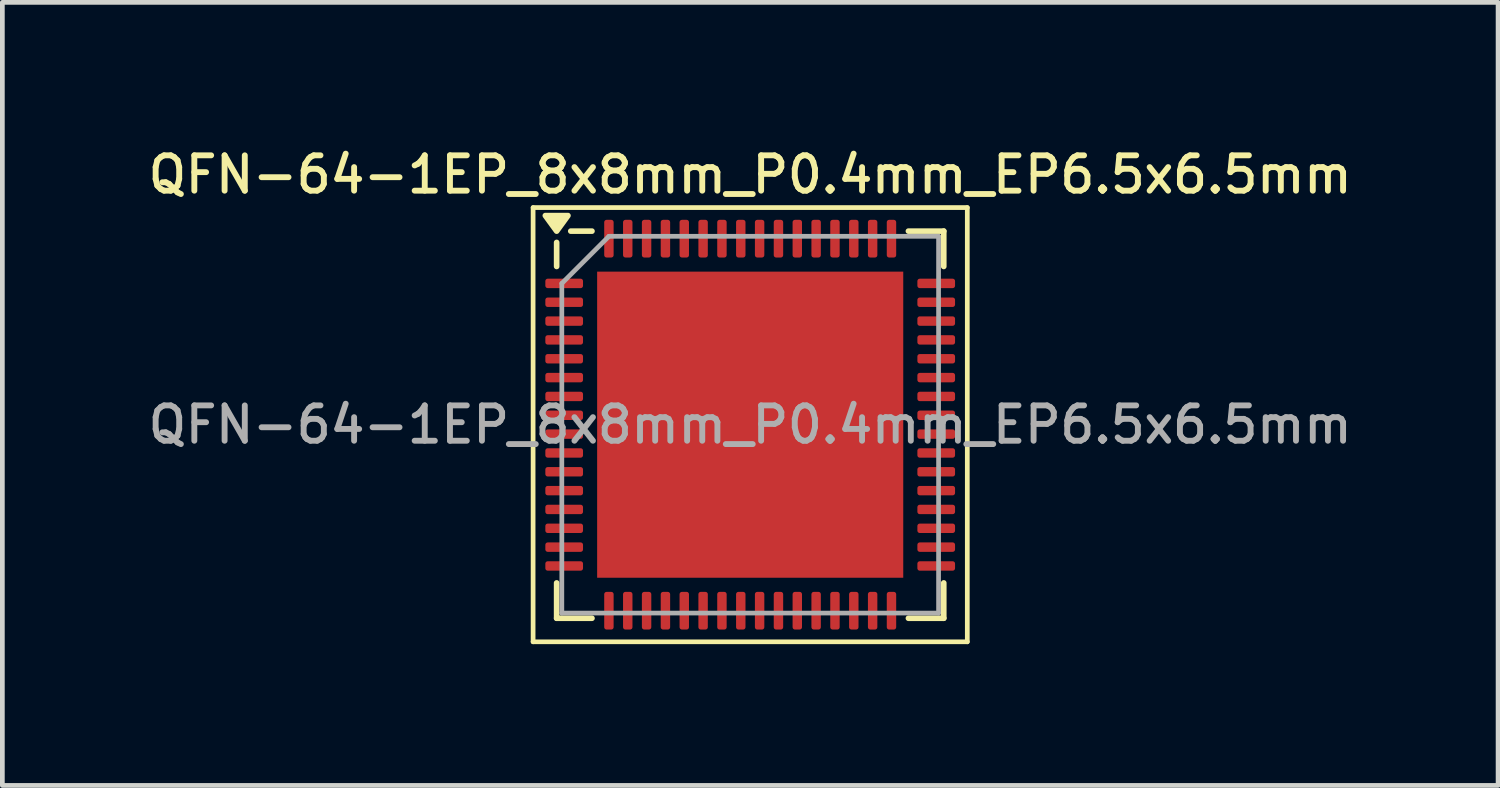
<source format=kicad_pcb>
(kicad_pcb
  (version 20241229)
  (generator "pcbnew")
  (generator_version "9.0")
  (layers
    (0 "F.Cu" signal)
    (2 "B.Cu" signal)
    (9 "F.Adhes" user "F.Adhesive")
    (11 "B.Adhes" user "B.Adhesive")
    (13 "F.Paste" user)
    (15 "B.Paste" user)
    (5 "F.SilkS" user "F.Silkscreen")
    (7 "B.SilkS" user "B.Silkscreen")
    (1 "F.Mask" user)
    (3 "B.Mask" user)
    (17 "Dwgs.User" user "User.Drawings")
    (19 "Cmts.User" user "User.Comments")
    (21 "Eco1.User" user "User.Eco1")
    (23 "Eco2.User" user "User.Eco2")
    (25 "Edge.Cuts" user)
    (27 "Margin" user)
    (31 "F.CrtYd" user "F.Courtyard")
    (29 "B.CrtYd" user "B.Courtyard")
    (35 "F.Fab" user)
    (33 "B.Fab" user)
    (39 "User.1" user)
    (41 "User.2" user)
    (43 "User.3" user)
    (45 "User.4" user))
  (footprint "QFN-64-1EP_8x8mm_P0.4mm_EP6.5x6.5mm"
    (layer "F.Cu")
    (at 12.88 5.968)
    (property "Reference" "QFN-64-1EP_8x8mm_P0.4mm_EP6.5x6.5mm" (at 0 -5.31 0) (layer "F.SilkS") (effects (font (size 0.75 0.75) (thickness 0.125))))
    (attr smd)
    (fp_line (start -4.61 -4.61) (end -4.61 4.61) (stroke (width 0.1) (type solid)) (layer "F.SilkS"))
    (fp_line (start -4.61 4.61) (end 4.61 4.61) (stroke (width 0.1) (type solid)) (layer "F.SilkS"))
    (fp_line (start -4.11 -3.36) (end -4.11 -3.87) (stroke (width 0.12) (type solid)) (layer "F.SilkS"))
    (fp_line (start -4.11 4.11) (end -4.11 3.36) (stroke (width 0.12) (type solid)) (layer "F.SilkS"))
    (fp_line (start -3.36 -4.11) (end -3.81 -4.11) (stroke (width 0.12) (type solid)) (layer "F.SilkS"))
    (fp_line (start -3.36 4.11) (end -4.11 4.11) (stroke (width 0.12) (type solid)) (layer "F.SilkS"))
    (fp_line (start 3.36 -4.11) (end 4.11 -4.11) (stroke (width 0.12) (type solid)) (layer "F.SilkS"))
    (fp_line (start 3.36 4.11) (end 4.11 4.11) (stroke (width 0.12) (type solid)) (layer "F.SilkS"))
    (fp_line (start 4.11 -4.11) (end 4.11 -3.36) (stroke (width 0.12) (type solid)) (layer "F.SilkS"))
    (fp_line (start 4.11 4.11) (end 4.11 3.36) (stroke (width 0.12) (type solid)) (layer "F.SilkS"))
    (fp_line (start 4.61 -4.61) (end -4.61 -4.61) (stroke (width 0.1) (type solid)) (layer "F.SilkS"))
    (fp_line (start 4.61 4.61) (end 4.61 -4.61) (stroke (width 0.1) (type solid)) (layer "F.SilkS"))
    (fp_poly (pts (xy -4.11 -4.11) (xy -4.35 -4.44) (xy -3.87 -4.44) (xy -4.11 -4.11)) (stroke (width 0.12) (type solid)) (fill yes) (layer "F.SilkS"))
    (fp_line (start -4 -3) (end -3 -4) (stroke (width 0.1) (type solid)) (layer "F.Fab"))
    (fp_line (start -4 4) (end -4 -3) (stroke (width 0.1) (type solid)) (layer "F.Fab"))
    (fp_line (start -3 -4) (end 4 -4) (stroke (width 0.1) (type solid)) (layer "F.Fab"))
    (fp_line (start 4 -4) (end 4 4) (stroke (width 0.1) (type solid)) (layer "F.Fab"))
    (fp_line (start 4 4) (end -4 4) (stroke (width 0.1) (type solid)) (layer "F.Fab"))
    (fp_text user "${REFERENCE}" (at 0 0 0) (layer "F.Fab") (effects (font (size 0.75 0.75) (thickness 0.125))))
    (pad "" smd roundrect (at -2.6 -2.6) (size 1.05 1.05) (layers "F.Paste") (roundrect_rratio 0.238))
    (pad "" smd roundrect (at -2.6 -1.3) (size 1.05 1.05) (layers "F.Paste") (roundrect_rratio 0.238))
    (pad "" smd roundrect (at -2.6 0) (size 1.05 1.05) (layers "F.Paste") (roundrect_rratio 0.238))
    (pad "" smd roundrect (at -2.6 1.3) (size 1.05 1.05) (layers "F.Paste") (roundrect_rratio 0.238))
    (pad "" smd roundrect (at -2.6 2.6) (size 1.05 1.05) (layers "F.Paste") (roundrect_rratio 0.238))
    (pad "" smd roundrect (at -1.3 -2.6) (size 1.05 1.05) (layers "F.Paste") (roundrect_rratio 0.238))
    (pad "" smd roundrect (at -1.3 -1.3) (size 1.05 1.05) (layers "F.Paste") (roundrect_rratio 0.238))
    (pad "" smd roundrect (at -1.3 0) (size 1.05 1.05) (layers "F.Paste") (roundrect_rratio 0.238))
    (pad "" smd roundrect (at -1.3 1.3) (size 1.05 1.05) (layers "F.Paste") (roundrect_rratio 0.238))
    (pad "" smd roundrect (at -1.3 2.6) (size 1.05 1.05) (layers "F.Paste") (roundrect_rratio 0.238))
    (pad "" smd roundrect (at 0 -2.6) (size 1.05 1.05) (layers "F.Paste") (roundrect_rratio 0.238))
    (pad "" smd roundrect (at 0 -1.3) (size 1.05 1.05) (layers "F.Paste") (roundrect_rratio 0.238))
    (pad "" smd roundrect (at 0 0) (size 1.05 1.05) (layers "F.Paste") (roundrect_rratio 0.238))
    (pad "" smd roundrect (at 0 1.3) (size 1.05 1.05) (layers "F.Paste") (roundrect_rratio 0.238))
    (pad "" smd roundrect (at 0 2.6) (size 1.05 1.05) (layers "F.Paste") (roundrect_rratio 0.238))
    (pad "" smd roundrect (at 1.3 -2.6) (size 1.05 1.05) (layers "F.Paste") (roundrect_rratio 0.238))
    (pad "" smd roundrect (at 1.3 -1.3) (size 1.05 1.05) (layers "F.Paste") (roundrect_rratio 0.238))
    (pad "" smd roundrect (at 1.3 0) (size 1.05 1.05) (layers "F.Paste") (roundrect_rratio 0.238))
    (pad "" smd roundrect (at 1.3 1.3) (size 1.05 1.05) (layers "F.Paste") (roundrect_rratio 0.238))
    (pad "" smd roundrect (at 1.3 2.6) (size 1.05 1.05) (layers "F.Paste") (roundrect_rratio 0.238))
    (pad "" smd roundrect (at 2.6 -2.6) (size 1.05 1.05) (layers "F.Paste") (roundrect_rratio 0.238))
    (pad "" smd roundrect (at 2.6 -1.3) (size 1.05 1.05) (layers "F.Paste") (roundrect_rratio 0.238))
    (pad "" smd roundrect (at 2.6 0) (size 1.05 1.05) (layers "F.Paste") (roundrect_rratio 0.238))
    (pad "" smd roundrect (at 2.6 1.3) (size 1.05 1.05) (layers "F.Paste") (roundrect_rratio 0.238))
    (pad "" smd roundrect (at 2.6 2.6) (size 1.05 1.05) (layers "F.Paste") (roundrect_rratio 0.238))
    (pad "1" smd roundrect (at -3.95 -3) (size 0.8 0.2) (layers "F.Cu" "F.Mask" "F.Paste") (roundrect_rratio 0.25))
    (pad "2" smd roundrect (at -3.95 -2.6) (size 0.8 0.2) (layers "F.Cu" "F.Mask" "F.Paste") (roundrect_rratio 0.25))
    (pad "3" smd roundrect (at -3.95 -2.2) (size 0.8 0.2) (layers "F.Cu" "F.Mask" "F.Paste") (roundrect_rratio 0.25))
    (pad "4" smd roundrect (at -3.95 -1.8) (size 0.8 0.2) (layers "F.Cu" "F.Mask" "F.Paste") (roundrect_rratio 0.25))
    (pad "5" smd roundrect (at -3.95 -1.4) (size 0.8 0.2) (layers "F.Cu" "F.Mask" "F.Paste") (roundrect_rratio 0.25))
    (pad "6" smd roundrect (at -3.95 -1) (size 0.8 0.2) (layers "F.Cu" "F.Mask" "F.Paste") (roundrect_rratio 0.25))
    (pad "7" smd roundrect (at -3.95 -0.6) (size 0.8 0.2) (layers "F.Cu" "F.Mask" "F.Paste") (roundrect_rratio 0.25))
    (pad "8" smd roundrect (at -3.95 -0.2) (size 0.8 0.2) (layers "F.Cu" "F.Mask" "F.Paste") (roundrect_rratio 0.25))
    (pad "9" smd roundrect (at -3.95 0.2) (size 0.8 0.2) (layers "F.Cu" "F.Mask" "F.Paste") (roundrect_rratio 0.25))
    (pad "10" smd roundrect (at -3.95 0.6) (size 0.8 0.2) (layers "F.Cu" "F.Mask" "F.Paste") (roundrect_rratio 0.25))
    (pad "11" smd roundrect (at -3.95 1) (size 0.8 0.2) (layers "F.Cu" "F.Mask" "F.Paste") (roundrect_rratio 0.25))
    (pad "12" smd roundrect (at -3.95 1.4) (size 0.8 0.2) (layers "F.Cu" "F.Mask" "F.Paste") (roundrect_rratio 0.25))
    (pad "13" smd roundrect (at -3.95 1.8) (size 0.8 0.2) (layers "F.Cu" "F.Mask" "F.Paste") (roundrect_rratio 0.25))
    (pad "14" smd roundrect (at -3.95 2.2) (size 0.8 0.2) (layers "F.Cu" "F.Mask" "F.Paste") (roundrect_rratio 0.25))
    (pad "15" smd roundrect (at -3.95 2.6) (size 0.8 0.2) (layers "F.Cu" "F.Mask" "F.Paste") (roundrect_rratio 0.25))
    (pad "16" smd roundrect (at -3.95 3) (size 0.8 0.2) (layers "F.Cu" "F.Mask" "F.Paste") (roundrect_rratio 0.25))
    (pad "17" smd roundrect (at -3 3.95) (size 0.2 0.8) (layers "F.Cu" "F.Mask" "F.Paste") (roundrect_rratio 0.25))
    (pad "18" smd roundrect (at -2.6 3.95) (size 0.2 0.8) (layers "F.Cu" "F.Mask" "F.Paste") (roundrect_rratio 0.25))
    (pad "19" smd roundrect (at -2.2 3.95) (size 0.2 0.8) (layers "F.Cu" "F.Mask" "F.Paste") (roundrect_rratio 0.25))
    (pad "20" smd roundrect (at -1.8 3.95) (size 0.2 0.8) (layers "F.Cu" "F.Mask" "F.Paste") (roundrect_rratio 0.25))
    (pad "21" smd roundrect (at -1.4 3.95) (size 0.2 0.8) (layers "F.Cu" "F.Mask" "F.Paste") (roundrect_rratio 0.25))
    (pad "22" smd roundrect (at -1 3.95) (size 0.2 0.8) (layers "F.Cu" "F.Mask" "F.Paste") (roundrect_rratio 0.25))
    (pad "23" smd roundrect (at -0.6 3.95) (size 0.2 0.8) (layers "F.Cu" "F.Mask" "F.Paste") (roundrect_rratio 0.25))
    (pad "24" smd roundrect (at -0.2 3.95) (size 0.2 0.8) (layers "F.Cu" "F.Mask" "F.Paste") (roundrect_rratio 0.25))
    (pad "25" smd roundrect (at 0.2 3.95) (size 0.2 0.8) (layers "F.Cu" "F.Mask" "F.Paste") (roundrect_rratio 0.25))
    (pad "26" smd roundrect (at 0.6 3.95) (size 0.2 0.8) (layers "F.Cu" "F.Mask" "F.Paste") (roundrect_rratio 0.25))
    (pad "27" smd roundrect (at 1 3.95) (size 0.2 0.8) (layers "F.Cu" "F.Mask" "F.Paste") (roundrect_rratio 0.25))
    (pad "28" smd roundrect (at 1.4 3.95) (size 0.2 0.8) (layers "F.Cu" "F.Mask" "F.Paste") (roundrect_rratio 0.25))
    (pad "29" smd roundrect (at 1.8 3.95) (size 0.2 0.8) (layers "F.Cu" "F.Mask" "F.Paste") (roundrect_rratio 0.25))
    (pad "30" smd roundrect (at 2.2 3.95) (size 0.2 0.8) (layers "F.Cu" "F.Mask" "F.Paste") (roundrect_rratio 0.25))
    (pad "31" smd roundrect (at 2.6 3.95) (size 0.2 0.8) (layers "F.Cu" "F.Mask" "F.Paste") (roundrect_rratio 0.25))
    (pad "32" smd roundrect (at 3 3.95) (size 0.2 0.8) (layers "F.Cu" "F.Mask" "F.Paste") (roundrect_rratio 0.25))
    (pad "33" smd roundrect (at 3.95 3) (size 0.8 0.2) (layers "F.Cu" "F.Mask" "F.Paste") (roundrect_rratio 0.25))
    (pad "34" smd roundrect (at 3.95 2.6) (size 0.8 0.2) (layers "F.Cu" "F.Mask" "F.Paste") (roundrect_rratio 0.25))
    (pad "35" smd roundrect (at 3.95 2.2) (size 0.8 0.2) (layers "F.Cu" "F.Mask" "F.Paste") (roundrect_rratio 0.25))
    (pad "36" smd roundrect (at 3.95 1.8) (size 0.8 0.2) (layers "F.Cu" "F.Mask" "F.Paste") (roundrect_rratio 0.25))
    (pad "37" smd roundrect (at 3.95 1.4) (size 0.8 0.2) (layers "F.Cu" "F.Mask" "F.Paste") (roundrect_rratio 0.25))
    (pad "38" smd roundrect (at 3.95 1) (size 0.8 0.2) (layers "F.Cu" "F.Mask" "F.Paste") (roundrect_rratio 0.25))
    (pad "39" smd roundrect (at 3.95 0.6) (size 0.8 0.2) (layers "F.Cu" "F.Mask" "F.Paste") (roundrect_rratio 0.25))
    (pad "40" smd roundrect (at 3.95 0.2) (size 0.8 0.2) (layers "F.Cu" "F.Mask" "F.Paste") (roundrect_rratio 0.25))
    (pad "41" smd roundrect (at 3.95 -0.2) (size 0.8 0.2) (layers "F.Cu" "F.Mask" "F.Paste") (roundrect_rratio 0.25))
    (pad "42" smd roundrect (at 3.95 -0.6) (size 0.8 0.2) (layers "F.Cu" "F.Mask" "F.Paste") (roundrect_rratio 0.25))
    (pad "43" smd roundrect (at 3.95 -1) (size 0.8 0.2) (layers "F.Cu" "F.Mask" "F.Paste") (roundrect_rratio 0.25))
    (pad "44" smd roundrect (at 3.95 -1.4) (size 0.8 0.2) (layers "F.Cu" "F.Mask" "F.Paste") (roundrect_rratio 0.25))
    (pad "45" smd roundrect (at 3.95 -1.8) (size 0.8 0.2) (layers "F.Cu" "F.Mask" "F.Paste") (roundrect_rratio 0.25))
    (pad "46" smd roundrect (at 3.95 -2.2) (size 0.8 0.2) (layers "F.Cu" "F.Mask" "F.Paste") (roundrect_rratio 0.25))
    (pad "47" smd roundrect (at 3.95 -2.6) (size 0.8 0.2) (layers "F.Cu" "F.Mask" "F.Paste") (roundrect_rratio 0.25))
    (pad "48" smd roundrect (at 3.95 -3) (size 0.8 0.2) (layers "F.Cu" "F.Mask" "F.Paste") (roundrect_rratio 0.25))
    (pad "49" smd roundrect (at 3 -3.95) (size 0.2 0.8) (layers "F.Cu" "F.Mask" "F.Paste") (roundrect_rratio 0.25))
    (pad "50" smd roundrect (at 2.6 -3.95) (size 0.2 0.8) (layers "F.Cu" "F.Mask" "F.Paste") (roundrect_rratio 0.25))
    (pad "51" smd roundrect (at 2.2 -3.95) (size 0.2 0.8) (layers "F.Cu" "F.Mask" "F.Paste") (roundrect_rratio 0.25))
    (pad "52" smd roundrect (at 1.8 -3.95) (size 0.2 0.8) (layers "F.Cu" "F.Mask" "F.Paste") (roundrect_rratio 0.25))
    (pad "53" smd roundrect (at 1.4 -3.95) (size 0.2 0.8) (layers "F.Cu" "F.Mask" "F.Paste") (roundrect_rratio 0.25))
    (pad "54" smd roundrect (at 1 -3.95) (size 0.2 0.8) (layers "F.Cu" "F.Mask" "F.Paste") (roundrect_rratio 0.25))
    (pad "55" smd roundrect (at 0.6 -3.95) (size 0.2 0.8) (layers "F.Cu" "F.Mask" "F.Paste") (roundrect_rratio 0.25))
    (pad "56" smd roundrect (at 0.2 -3.95) (size 0.2 0.8) (layers "F.Cu" "F.Mask" "F.Paste") (roundrect_rratio 0.25))
    (pad "57" smd roundrect (at -0.2 -3.95) (size 0.2 0.8) (layers "F.Cu" "F.Mask" "F.Paste") (roundrect_rratio 0.25))
    (pad "58" smd roundrect (at -0.6 -3.95) (size 0.2 0.8) (layers "F.Cu" "F.Mask" "F.Paste") (roundrect_rratio 0.25))
    (pad "59" smd roundrect (at -1 -3.95) (size 0.2 0.8) (layers "F.Cu" "F.Mask" "F.Paste") (roundrect_rratio 0.25))
    (pad "60" smd roundrect (at -1.4 -3.95) (size 0.2 0.8) (layers "F.Cu" "F.Mask" "F.Paste") (roundrect_rratio 0.25))
    (pad "61" smd roundrect (at -1.8 -3.95) (size 0.2 0.8) (layers "F.Cu" "F.Mask" "F.Paste") (roundrect_rratio 0.25))
    (pad "62" smd roundrect (at -2.2 -3.95) (size 0.2 0.8) (layers "F.Cu" "F.Mask" "F.Paste") (roundrect_rratio 0.25))
    (pad "63" smd roundrect (at -2.6 -3.95) (size 0.2 0.8) (layers "F.Cu" "F.Mask" "F.Paste") (roundrect_rratio 0.25))
    (pad "64" smd roundrect (at -3 -3.95) (size 0.2 0.8) (layers "F.Cu" "F.Mask" "F.Paste") (roundrect_rratio 0.25))
    (pad "65" smd rect (at 0 0) (size 6.5 6.5) (property pad_prop_heatsink) (layers "F.Cu" "F.Mask")))
  (gr_rect
    (start -3 -3)
    (end 28.761 13.628)
    (stroke (width 0.1) (type default))
    (fill no)
    (layer "Edge.Cuts")))
</source>
